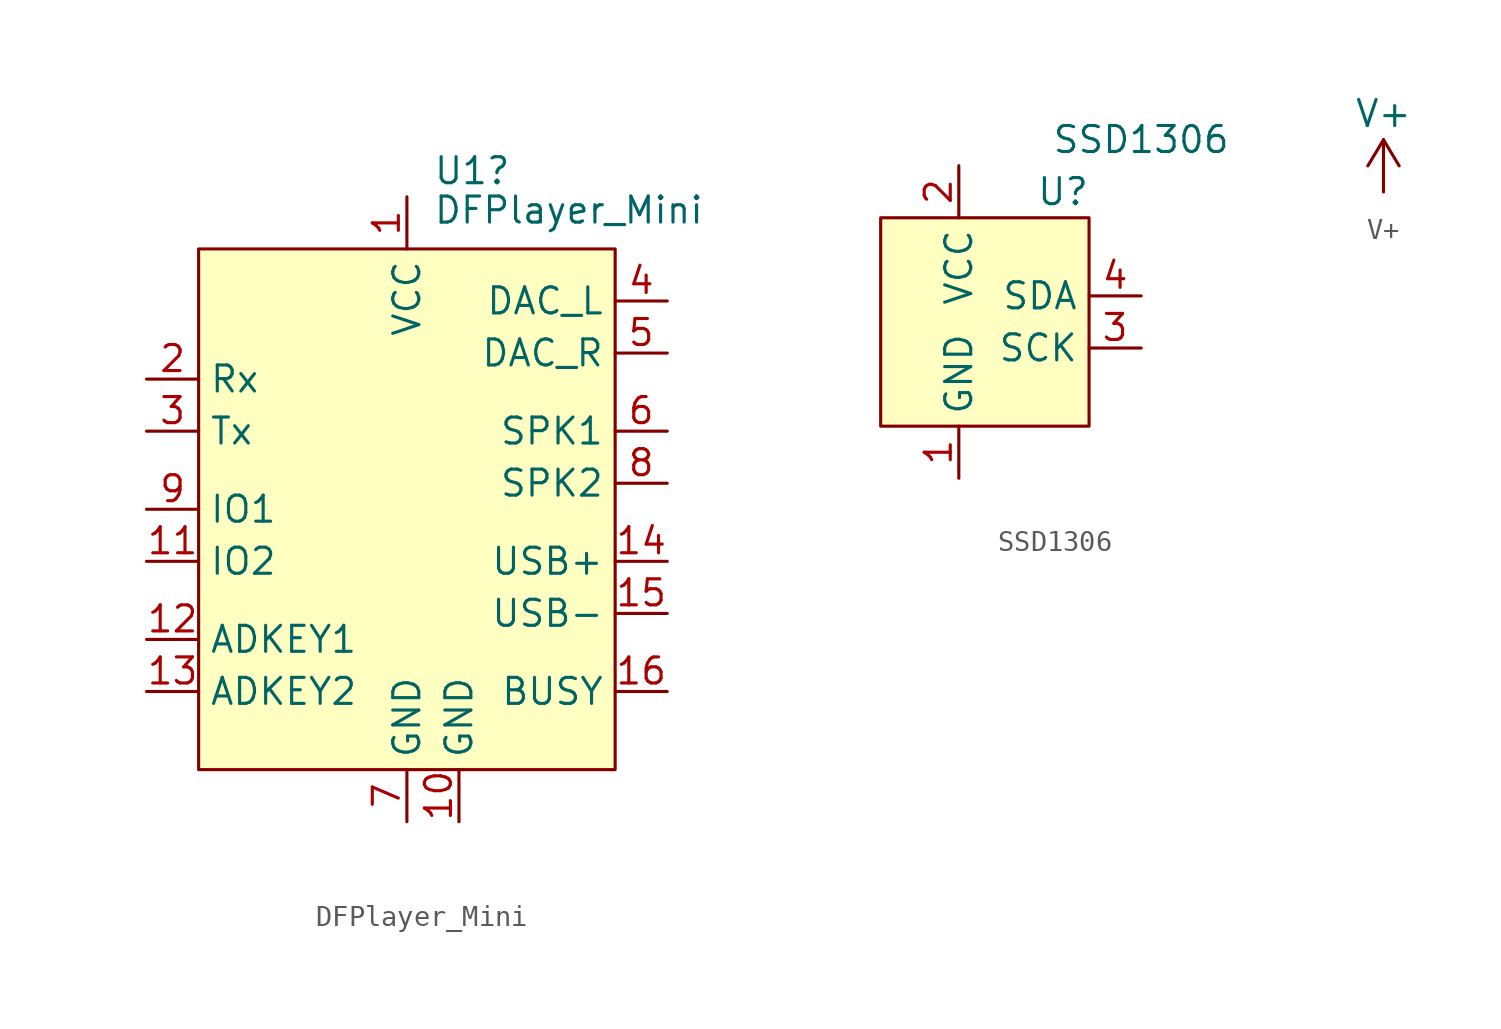
<source format=kicad_sym>
(kicad_symbol_lib
  (version 20220914)
  (generator kicad_symbol_editor)
  (symbol "DFPlayer_Mini"
    (property "Reference" "U1"
      (at 1.27 16.51 0)
      (effects (font (size 1.27 1.27)) (justify left)))
    (property "Value" "DFPlayer_Mini"
      (at 1.27 14.589 0)
      (effects (font (size 1.27 1.27)) (justify left)))
    (symbol "DFPlayer_Mini_1_1"
      (rectangle (start -10.16 12.7) (end 10.16 -12.7) (stroke (width 0) (type default)) (fill (type background)))
      (pin power_in line (at 0 15.24 270) (length 2.54) (name "VCC" (effects (font (size 1.27 1.27)))) (number "1" (effects (font (size 1.27 1.27)))))
      (pin passive line (at 2.54 -15.24 90) (length 2.54) (name "GND" (effects (font (size 1.27 1.27)))) (number "10" (effects (font (size 1.27 1.27)))))
      (pin input line (at -12.7 -2.54 0) (length 2.54) (name "IO2" (effects (font (size 1.27 1.27)))) (number "11" (effects (font (size 1.27 1.27)))))
      (pin input line (at -12.7 -6.35 0) (length 2.54) (name "ADKEY1" (effects (font (size 1.27 1.27)))) (number "12" (effects (font (size 1.27 1.27)))))
      (pin input line (at -12.7 -8.89 0) (length 2.54) (name "ADKEY2" (effects (font (size 1.27 1.27)))) (number "13" (effects (font (size 1.27 1.27)))))
      (pin output line (at 12.7 -2.54 180) (length 2.54) (name "USB+" (effects (font (size 1.27 1.27)))) (number "14" (effects (font (size 1.27 1.27)))))
      (pin output line (at 12.7 -5.08 180) (length 2.54) (name "USB-" (effects (font (size 1.27 1.27)))) (number "15" (effects (font (size 1.27 1.27)))))
      (pin output line (at 12.7 -8.89 180) (length 2.54) (name "BUSY" (effects (font (size 1.27 1.27)))) (number "16" (effects (font (size 1.27 1.27)))))
      (pin input line (at -12.7 6.35 0) (length 2.54) (name "Rx" (effects (font (size 1.27 1.27)))) (number "2" (effects (font (size 1.27 1.27)))))
      (pin output line (at -12.7 3.81 0) (length 2.54) (name "Tx" (effects (font (size 1.27 1.27)))) (number "3" (effects (font (size 1.27 1.27)))))
      (pin output line (at 12.7 10.16 180) (length 2.54) (name "DAC_L" (effects (font (size 1.27 1.27)))) (number "4" (effects (font (size 1.27 1.27)))))
      (pin output line (at 12.7 7.62 180) (length 2.54) (name "DAC_R" (effects (font (size 1.27 1.27)))) (number "5" (effects (font (size 1.27 1.27)))))
      (pin output line (at 12.7 3.81 180) (length 2.54) (name "SPK1" (effects (font (size 1.27 1.27)))) (number "6" (effects (font (size 1.27 1.27)))))
      (pin passive line (at 0 -15.24 90) (length 2.54) (name "GND" (effects (font (size 1.27 1.27)))) (number "7" (effects (font (size 1.27 1.27)))))
      (pin output line (at 12.7 1.27 180) (length 2.54) (name "SPK2" (effects (font (size 1.27 1.27)))) (number "8" (effects (font (size 1.27 1.27)))))
      (pin input line (at -12.7 0 0) (length 2.54) (name "IO1" (effects (font (size 1.27 1.27)))) (number "9" (effects (font (size 1.27 1.27)))))))
  (symbol "SSD1306"
    (property "Reference" "U"
      (at 5.08 -1.27 0)
      (effects (font (size 1.27 1.27))))
    (property "Value" "SSD1306"
      (at 8.89 1.27 0)
      (effects (font (size 1.27 1.27))))
    (symbol "SSD1306_0_1"
      (rectangle (start 6.35 -2.54) (end -3.81 -12.7) (stroke (width 0.152) (type default)) (fill (type background))))
    (symbol "SSD1306_1_1"
      (pin power_in line (at 0 -15.24 90) (length 2.54) (name "GND" (effects (font (size 1.27 1.27)))) (number "1" (effects (font (size 1.27 1.27)))))
      (pin power_in line (at 0 0 270) (length 2.54) (name "VCC" (effects (font (size 1.27 1.27)))) (number "2" (effects (font (size 1.27 1.27)))))
      (pin power_in line (at 8.89 -8.89 180) (length 2.54) (name "SCK" (effects (font (size 1.27 1.27)))) (number "3" (effects (font (size 1.27 1.27)))))
      (pin power_in line (at 8.89 -6.35 180) (length 2.54) (name "SDA" (effects (font (size 1.27 1.27)))) (number "4" (effects (font (size 1.27 1.27)))))))
  (symbol "V+"
    (power)
    (pin_names
      (offset 0))
    (property "Reference" "#PWR"
      (at 0 -3.81 0)
      (effects (font (size 1.27 1.27)) hide))
    (property "Value" "V+"
      (at 0 3.81 0)
      (effects (font (size 1.27 1.27))))
    (symbol "V+_0_1"
      (polyline (pts (xy -0.762 1.27) (xy 0 2.54)) (stroke (width 0) (type default)) (fill (type none)))
      (polyline (pts (xy 0 0) (xy 0 2.54)) (stroke (width 0) (type default)) (fill (type none)))
      (polyline (pts (xy 0 2.54) (xy 0.762 1.27)) (stroke (width 0) (type default)) (fill (type none))))
    (symbol "V+_1_1"
      (pin power_in line (at 0 0 90) (length 0) hide (name "V+" (effects (font (size 1.27 1.27)))) (number "1" (effects (font (size 1.27 1.27))))))))
</source>
